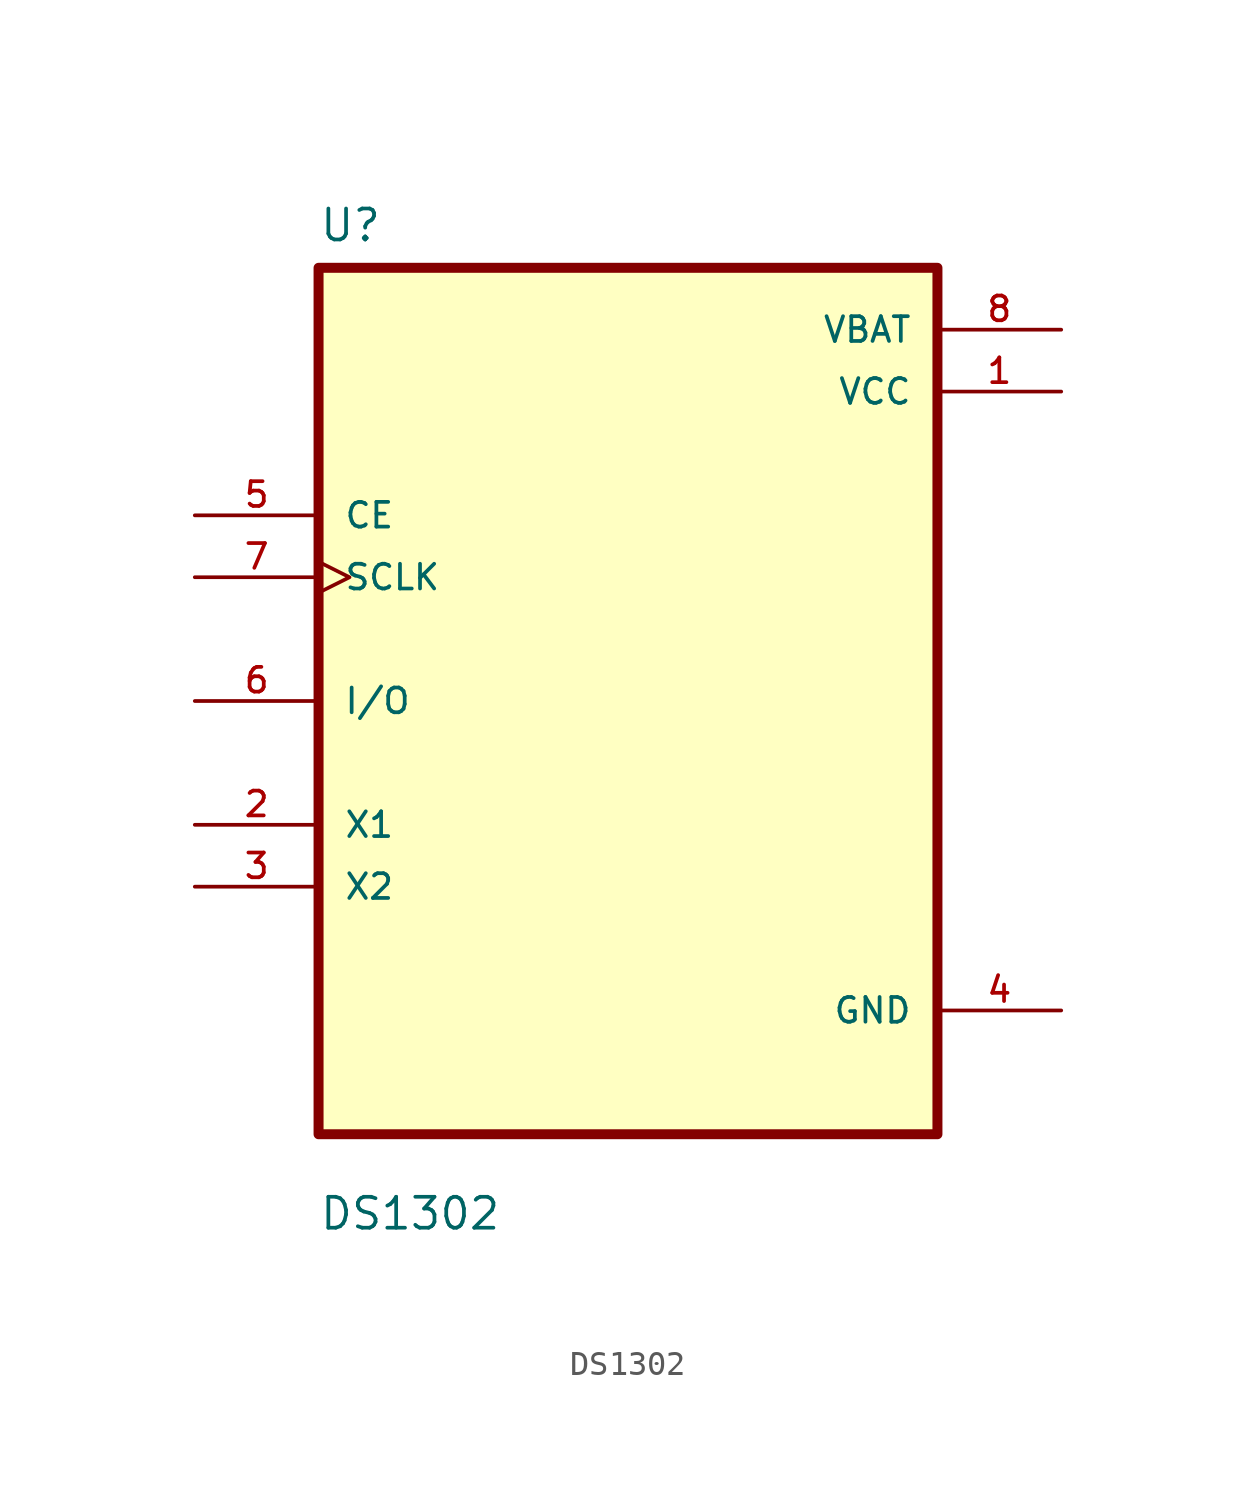
<source format=kicad_sym>
(kicad_symbol_lib
  (version 20211014)
  (generator kicad_symbol_editor)
  (symbol "DS1302"
    (pin_names
      (offset 1.016))
    (property "Reference" "U"
      (at -12.7 18.78 0.0)
      (effects (font (size 1.27 1.27)) (justify bottom left)))
    (property "Value" "DS1302"
      (at -12.7 -21.78 0.0)
      (effects (font (size 1.27 1.27)) (justify bottom left)))
    (symbol "DS1302_0_0"
      (rectangle (start -12.7 -17.78) (end 12.7 17.78) (stroke (width 0.41)) (fill (type background)))
      (pin input line (at -17.78 7.62 0) (length 5.08) (name "CE" (effects (font (size 1.016 1.016)))) (number "5" (effects (font (size 1.016 1.016)))))
      (pin input clock (at -17.78 5.08 0) (length 5.08) (name "SCLK" (effects (font (size 1.016 1.016)))) (number "7" (effects (font (size 1.016 1.016)))))
      (pin bidirectional line (at -17.78 8.88178e-16 0) (length 5.08) (name "I/O" (effects (font (size 1.016 1.016)))) (number "6" (effects (font (size 1.016 1.016)))))
      (pin bidirectional line (at -17.78 -5.08 0) (length 5.08) (name "X1" (effects (font (size 1.016 1.016)))) (number "2" (effects (font (size 1.016 1.016)))))
      (pin bidirectional line (at -17.78 -7.62 0) (length 5.08) (name "X2" (effects (font (size 1.016 1.016)))) (number "3" (effects (font (size 1.016 1.016)))))
      (pin power_in line (at 17.78 15.24 180.0) (length 5.08) (name "VBAT" (effects (font (size 1.016 1.016)))) (number "8" (effects (font (size 1.016 1.016)))))
      (pin power_in line (at 17.78 12.7 180.0) (length 5.08) (name "VCC" (effects (font (size 1.016 1.016)))) (number "1" (effects (font (size 1.016 1.016)))))
      (pin power_in line (at 17.78 -12.7 180.0) (length 5.08) (name "GND" (effects (font (size 1.016 1.016)))) (number "4" (effects (font (size 1.016 1.016))))))))
</source>
